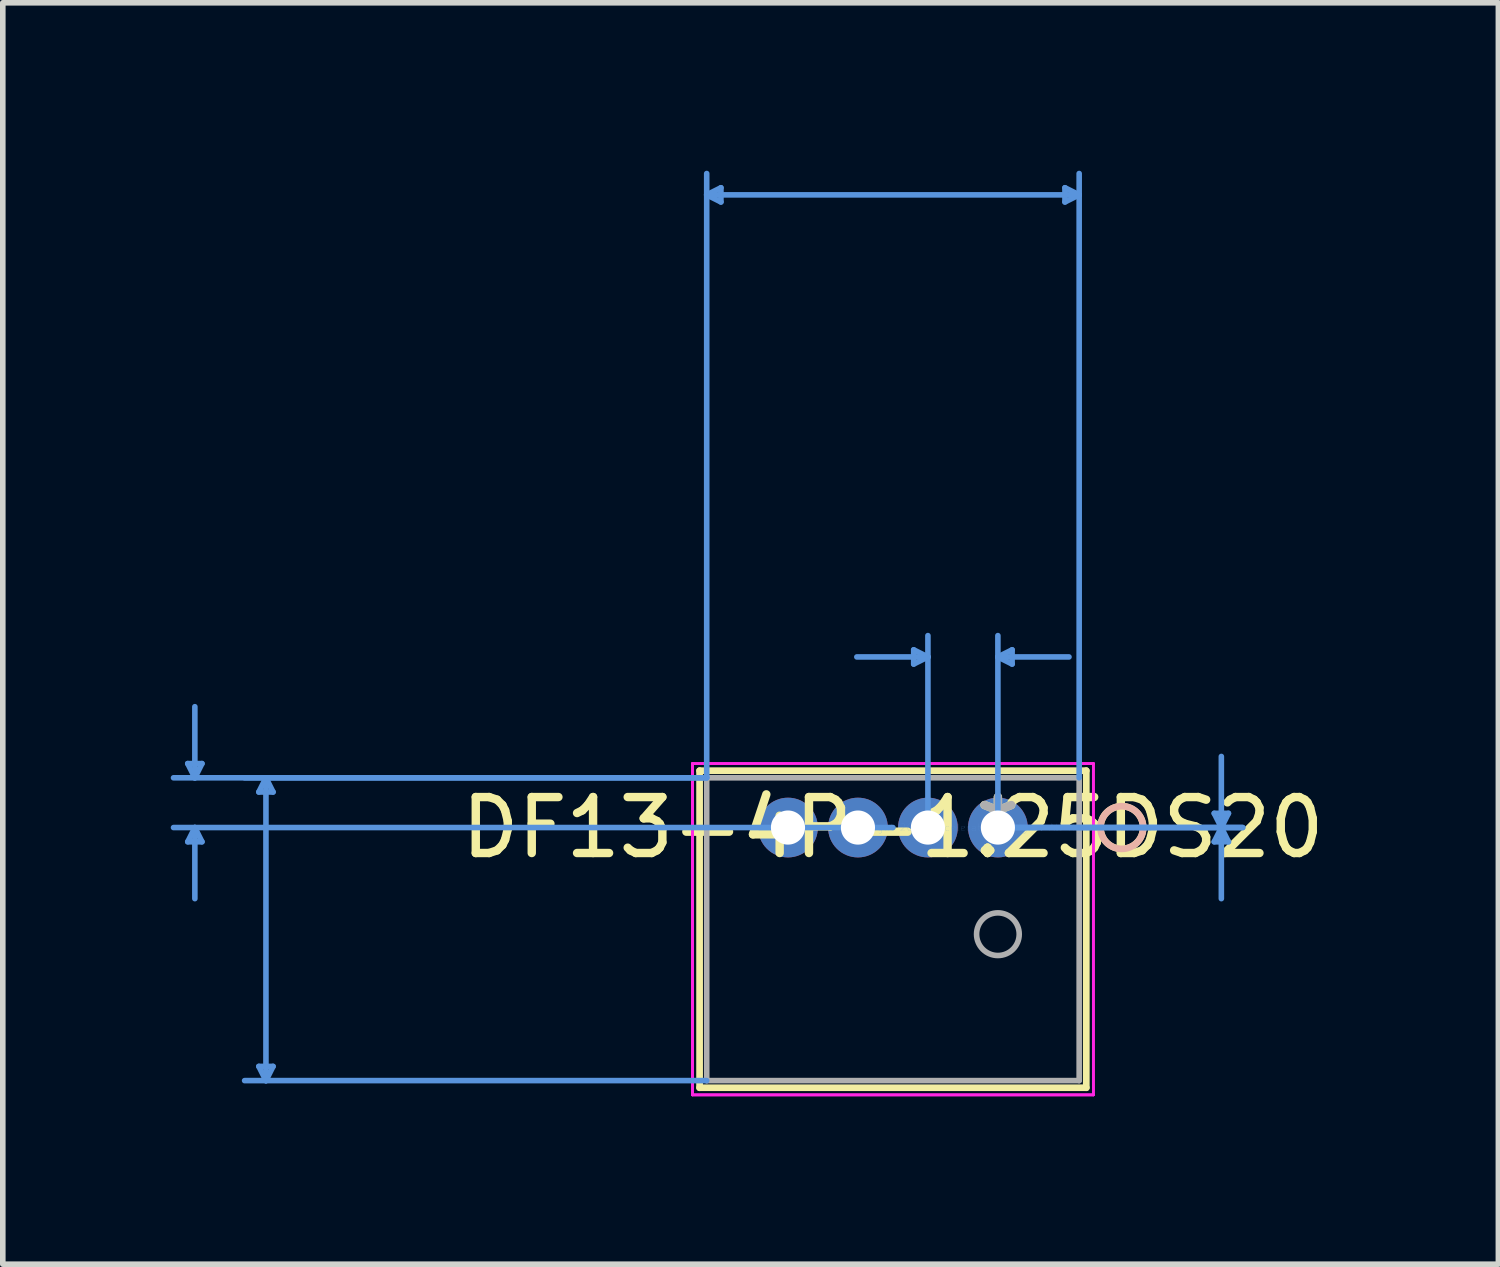
<source format=kicad_pcb>
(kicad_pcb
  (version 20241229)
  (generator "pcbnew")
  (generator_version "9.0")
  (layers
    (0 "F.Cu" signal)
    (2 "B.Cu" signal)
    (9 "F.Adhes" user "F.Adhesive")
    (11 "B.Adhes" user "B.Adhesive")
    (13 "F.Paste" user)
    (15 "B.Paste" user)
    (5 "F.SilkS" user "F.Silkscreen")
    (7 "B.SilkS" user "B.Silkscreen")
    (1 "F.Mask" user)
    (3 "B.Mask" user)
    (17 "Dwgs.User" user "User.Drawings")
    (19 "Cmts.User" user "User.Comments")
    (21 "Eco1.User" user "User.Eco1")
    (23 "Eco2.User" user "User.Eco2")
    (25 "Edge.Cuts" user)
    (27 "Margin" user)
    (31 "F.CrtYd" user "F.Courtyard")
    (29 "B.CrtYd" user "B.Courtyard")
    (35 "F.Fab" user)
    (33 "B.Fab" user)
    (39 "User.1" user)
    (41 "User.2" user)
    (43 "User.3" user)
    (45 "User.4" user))
  (footprint "DF13-4P-1.25DS20"
    (layer "F.Cu")
    (at 14.777 11.734)
    (property "Reference" "DF13-4P-1.25DS20" (at -1.875 0 0) (layer "F.SilkS") (effects (font (size 1 1) (thickness 0.15))))
    (attr through_hole)
    (fp_line (start -5.329 -1.016) (end -5.329 4.648) (stroke (width 0.12) (type solid)) (layer "F.SilkS"))
    (fp_line (start -5.329 4.648) (end 1.579 4.648) (stroke (width 0.12) (type solid)) (layer "F.SilkS"))
    (fp_line (start 1.579 -1.016) (end -5.329 -1.016) (stroke (width 0.12) (type solid)) (layer "F.SilkS"))
    (fp_line (start 1.579 4.648) (end 1.579 -1.016) (stroke (width 0.12) (type solid)) (layer "F.SilkS"))
    (fp_circle (center 2.214 0) (end 2.595 0) (stroke (width 0.12) (type solid)) (fill no) (layer "F.SilkS"))
    (fp_circle (center 2.214 0) (end 2.595 0) (stroke (width 0.12) (type solid)) (fill no) (layer "B.SilkS"))
    (fp_line (start -14.473 -1.143) (end -14.219 -1.143) (stroke (width 0.1) (type solid)) (layer "Cmts.User"))
    (fp_line (start -14.473 0.254) (end -14.219 0.254) (stroke (width 0.1) (type solid)) (layer "Cmts.User"))
    (fp_line (start -14.346 -0.889) (end -14.473 -1.143) (stroke (width 0.1) (type solid)) (layer "Cmts.User"))
    (fp_line (start -14.346 -0.889) (end -14.346 -2.159) (stroke (width 0.1) (type solid)) (layer "Cmts.User"))
    (fp_line (start -14.346 -0.889) (end -14.219 -1.143) (stroke (width 0.1) (type solid)) (layer "Cmts.User"))
    (fp_line (start -14.346 0) (end -14.473 0.254) (stroke (width 0.1) (type solid)) (layer "Cmts.User"))
    (fp_line (start -14.346 0) (end -14.346 1.27) (stroke (width 0.1) (type solid)) (layer "Cmts.User"))
    (fp_line (start -14.346 0) (end -14.219 0.254) (stroke (width 0.1) (type solid)) (layer "Cmts.User"))
    (fp_line (start -13.203 -0.635) (end -12.949 -0.635) (stroke (width 0.1) (type solid)) (layer "Cmts.User"))
    (fp_line (start -13.203 4.267) (end -12.949 4.267) (stroke (width 0.1) (type solid)) (layer "Cmts.User"))
    (fp_line (start -13.076 -0.889) (end -13.203 -0.635) (stroke (width 0.1) (type solid)) (layer "Cmts.User"))
    (fp_line (start -13.076 -0.889) (end -13.076 4.521) (stroke (width 0.1) (type solid)) (layer "Cmts.User"))
    (fp_line (start -13.076 -0.889) (end -12.949 -0.635) (stroke (width 0.1) (type solid)) (layer "Cmts.User"))
    (fp_line (start -13.076 4.521) (end -13.203 4.267) (stroke (width 0.1) (type solid)) (layer "Cmts.User"))
    (fp_line (start -13.076 4.521) (end -12.949 4.267) (stroke (width 0.1) (type solid)) (layer "Cmts.User"))
    (fp_line (start -5.202 -11.303) (end -4.948 -11.43) (stroke (width 0.1) (type solid)) (layer "Cmts.User"))
    (fp_line (start -5.202 -11.303) (end -4.948 -11.176) (stroke (width 0.1) (type solid)) (layer "Cmts.User"))
    (fp_line (start -5.202 -11.303) (end 1.452 -11.303) (stroke (width 0.1) (type solid)) (layer "Cmts.User"))
    (fp_line (start -5.202 -0.889) (end -14.727 -0.889) (stroke (width 0.1) (type solid)) (layer "Cmts.User"))
    (fp_line (start -5.202 -0.889) (end -13.457 -0.889) (stroke (width 0.1) (type solid)) (layer "Cmts.User"))
    (fp_line (start -5.202 -0.889) (end -5.202 -11.684) (stroke (width 0.1) (type solid)) (layer "Cmts.User"))
    (fp_line (start -5.202 4.521) (end -13.457 4.521) (stroke (width 0.1) (type solid)) (layer "Cmts.User"))
    (fp_line (start -4.948 -11.43) (end -4.948 -11.176) (stroke (width 0.1) (type solid)) (layer "Cmts.User"))
    (fp_line (start -1.875 0) (end -14.727 0) (stroke (width 0.1) (type solid)) (layer "Cmts.User"))
    (fp_line (start -1.504 -3.175) (end -1.504 -2.921) (stroke (width 0.1) (type solid)) (layer "Cmts.User"))
    (fp_line (start -1.25 -3.048) (end -2.52 -3.048) (stroke (width 0.1) (type solid)) (layer "Cmts.User"))
    (fp_line (start -1.25 -3.048) (end -1.504 -3.175) (stroke (width 0.1) (type solid)) (layer "Cmts.User"))
    (fp_line (start -1.25 -3.048) (end -1.504 -2.921) (stroke (width 0.1) (type solid)) (layer "Cmts.User"))
    (fp_line (start -1.25 0) (end -1.25 -3.429) (stroke (width 0.1) (type solid)) (layer "Cmts.User"))
    (fp_line (start 0 -3.048) (end 0.254 -3.175) (stroke (width 0.1) (type solid)) (layer "Cmts.User"))
    (fp_line (start 0 -3.048) (end 0.254 -2.921) (stroke (width 0.1) (type solid)) (layer "Cmts.User"))
    (fp_line (start 0 -3.048) (end 1.27 -3.048) (stroke (width 0.1) (type solid)) (layer "Cmts.User"))
    (fp_line (start 0 0) (end 0 -3.429) (stroke (width 0.1) (type solid)) (layer "Cmts.User"))
    (fp_line (start 0 0) (end 4.373 0) (stroke (width 0.1) (type solid)) (layer "Cmts.User"))
    (fp_line (start 0 0) (end 4.373 0) (stroke (width 0.1) (type solid)) (layer "Cmts.User"))
    (fp_line (start 0.254 -3.175) (end 0.254 -2.921) (stroke (width 0.1) (type solid)) (layer "Cmts.User"))
    (fp_line (start 1.198 -11.43) (end 1.198 -11.176) (stroke (width 0.1) (type solid)) (layer "Cmts.User"))
    (fp_line (start 1.452 -11.303) (end 1.198 -11.43) (stroke (width 0.1) (type solid)) (layer "Cmts.User"))
    (fp_line (start 1.452 -11.303) (end 1.198 -11.176) (stroke (width 0.1) (type solid)) (layer "Cmts.User"))
    (fp_line (start 1.452 -0.889) (end 1.452 -11.684) (stroke (width 0.1) (type solid)) (layer "Cmts.User"))
    (fp_line (start 3.865 -0.254) (end 4.119 -0.254) (stroke (width 0.1) (type solid)) (layer "Cmts.User"))
    (fp_line (start 3.865 0.254) (end 4.119 0.254) (stroke (width 0.1) (type solid)) (layer "Cmts.User"))
    (fp_line (start 3.992 0) (end 3.865 -0.254) (stroke (width 0.1) (type solid)) (layer "Cmts.User"))
    (fp_line (start 3.992 0) (end 3.865 0.254) (stroke (width 0.1) (type solid)) (layer "Cmts.User"))
    (fp_line (start 3.992 0) (end 3.992 -1.27) (stroke (width 0.1) (type solid)) (layer "Cmts.User"))
    (fp_line (start 3.992 0) (end 3.992 1.27) (stroke (width 0.1) (type solid)) (layer "Cmts.User"))
    (fp_line (start 3.992 0) (end 4.119 -0.254) (stroke (width 0.1) (type solid)) (layer "Cmts.User"))
    (fp_line (start 3.992 0) (end 4.119 0.254) (stroke (width 0.1) (type solid)) (layer "Cmts.User"))
    (fp_line (start -5.456 -1.143) (end -5.456 4.775) (stroke (width 0.05) (type solid)) (layer "F.CrtYd"))
    (fp_line (start -5.456 -1.143) (end -5.456 4.775) (stroke (width 0.05) (type solid)) (layer "F.CrtYd"))
    (fp_line (start -5.456 4.775) (end 1.706 4.775) (stroke (width 0.05) (type solid)) (layer "F.CrtYd"))
    (fp_line (start -5.456 4.775) (end 1.706 4.775) (stroke (width 0.05) (type solid)) (layer "F.CrtYd"))
    (fp_line (start 1.706 -1.143) (end -5.456 -1.143) (stroke (width 0.05) (type solid)) (layer "F.CrtYd"))
    (fp_line (start 1.706 -1.143) (end -5.456 -1.143) (stroke (width 0.05) (type solid)) (layer "F.CrtYd"))
    (fp_line (start 1.706 4.775) (end 1.706 -1.143) (stroke (width 0.05) (type solid)) (layer "F.CrtYd"))
    (fp_line (start 1.706 4.775) (end 1.706 -1.143) (stroke (width 0.05) (type solid)) (layer "F.CrtYd"))
    (fp_line (start -5.202 -0.889) (end -5.202 4.521) (stroke (width 0.1) (type solid)) (layer "F.Fab"))
    (fp_line (start -5.202 4.521) (end 1.452 4.521) (stroke (width 0.1) (type solid)) (layer "F.Fab"))
    (fp_line (start 1.452 -0.889) (end -5.202 -0.889) (stroke (width 0.1) (type solid)) (layer "F.Fab"))
    (fp_line (start 1.452 4.521) (end 1.452 -0.889) (stroke (width 0.1) (type solid)) (layer "F.Fab"))
    (fp_circle (center 0 1.905) (end 0.381 1.905) (stroke (width 0.1) (type solid)) (fill no) (layer "F.Fab"))
    (fp_text user "*" (at 0 0 0) (layer "F.SilkS") (effects (font (size 1 1) (thickness 0.15))))
    (fp_text user "Copyright 2021 Accelerated Designs. All rights reserved." (at 0 0 0) (layer "Cmts.User") (effects (font (size 0.127 0.127) (thickness 0.002))))
    (fp_text user "*" (at 0 0 0) (layer "F.Fab") (effects (font (size 1 1) (thickness 0.15))))
    (pad "1" thru_hole circle (at 0 0) (size 1.067 1.067) (drill 0.61) (layers "*.Cu" "*.Mask"))
    (pad "2" thru_hole circle (at -1.25 0) (size 1.067 1.067) (drill 0.61) (layers "*.Cu" "*.Mask"))
    (pad "3" thru_hole circle (at -2.5 0) (size 1.067 1.067) (drill 0.61) (layers "*.Cu" "*.Mask"))
    (pad "4" thru_hole circle (at -3.75 0) (size 1.067 1.067) (drill 0.61) (layers "*.Cu" "*.Mask")))
  (gr_rect
    (start -3 -3)
    (end 23.718 19.534)
    (stroke (width 0.1) (type default))
    (fill no)
    (layer "Edge.Cuts")))
</source>
